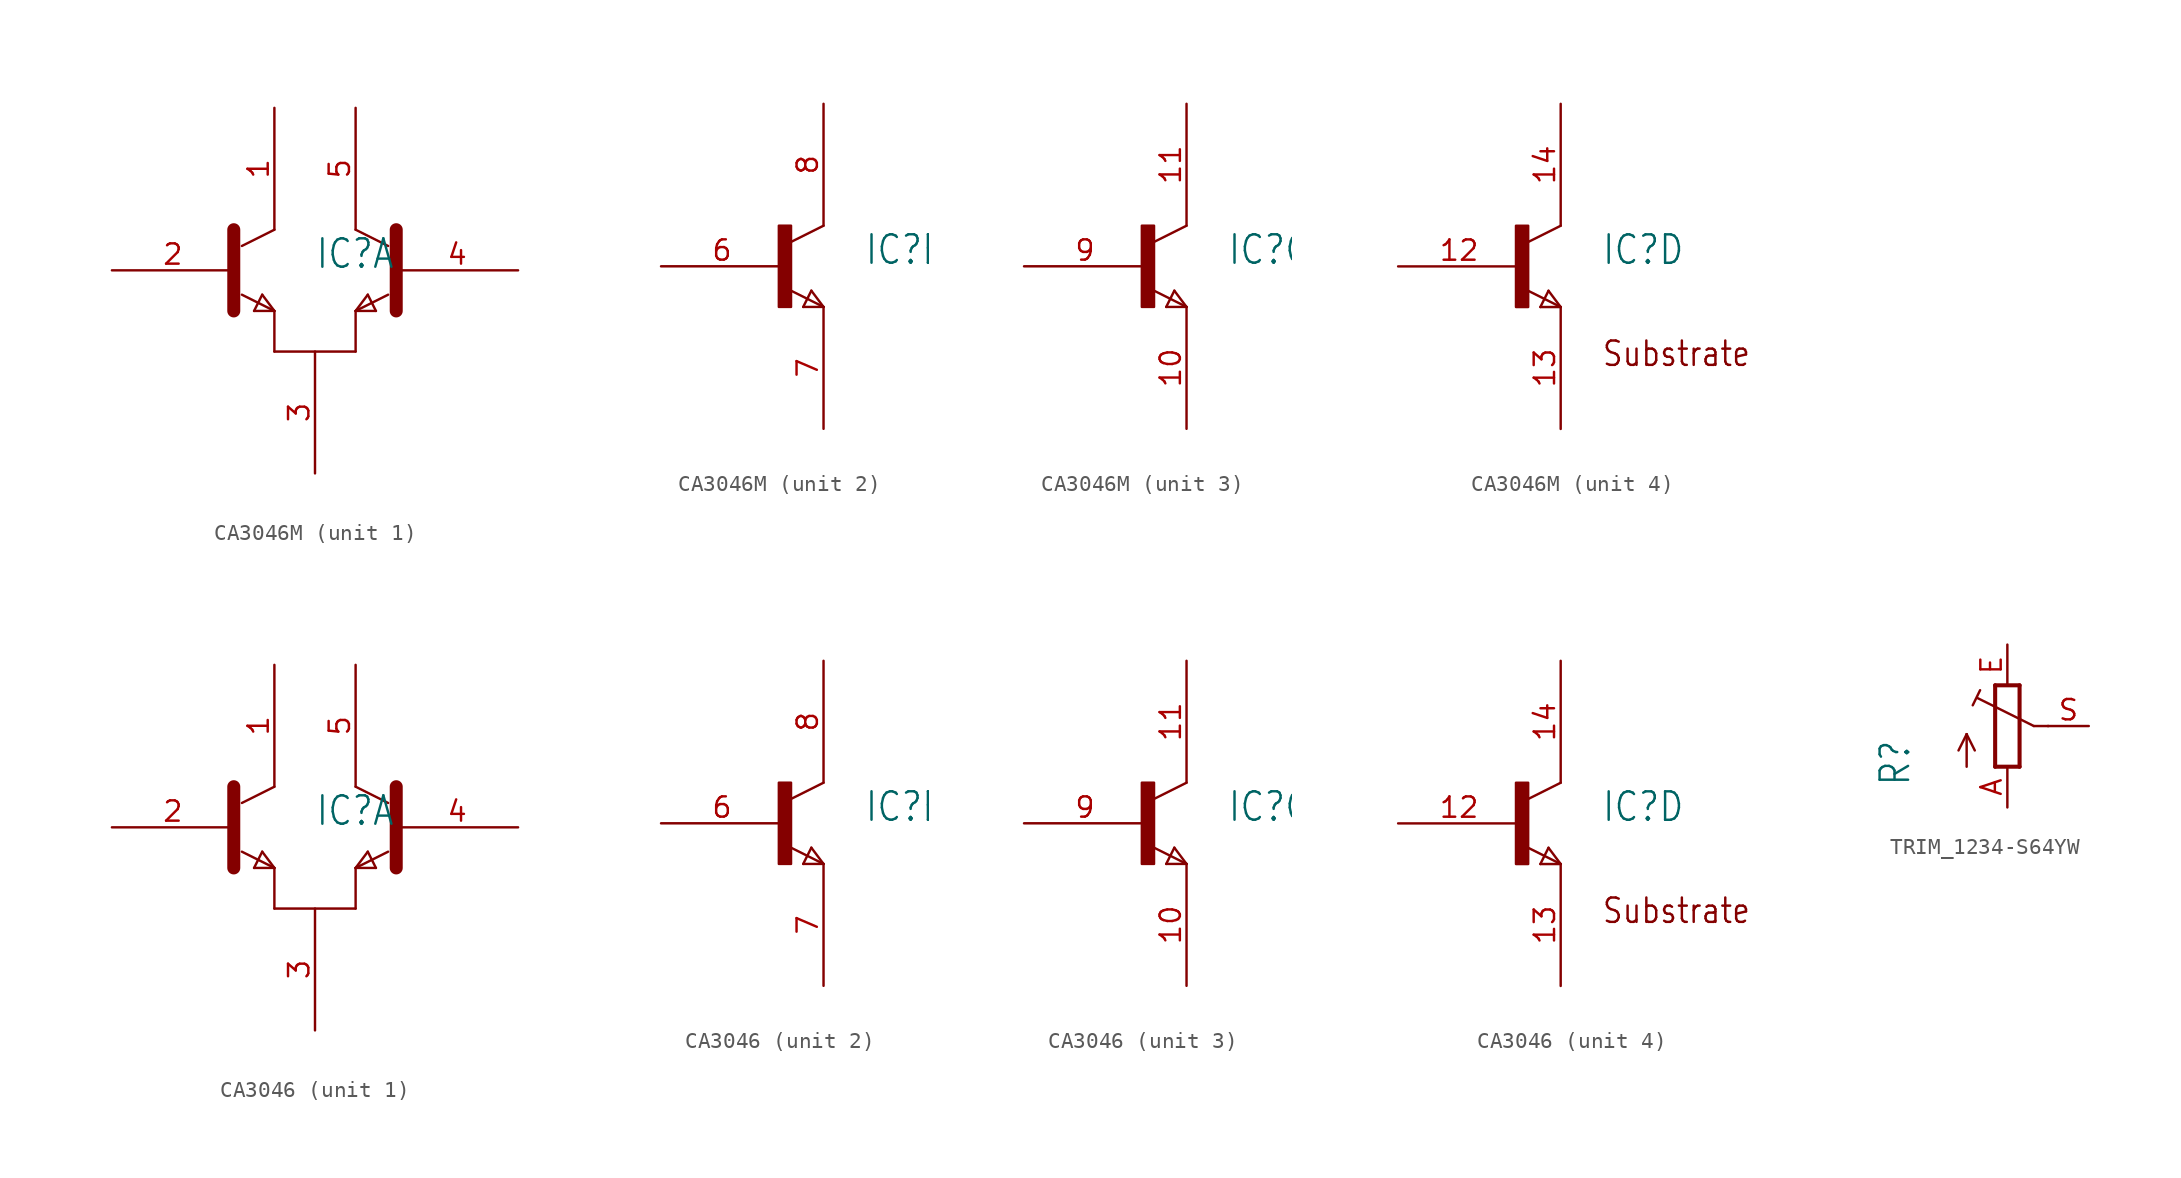
<source format=kicad_sym>
(kicad_symbol_lib
  (version 20231120)
  (generator "kicad_symbol_editor")
  (generator_version "8.0")
  (symbol "CA3046M"
    (property "Reference" "IC"
      (at 5.08 0 0)
      (effects (font (size 1.778 1.511)) (justify left bottom)))
    (property "ki_locked" ""
      (at 0 0 0)
      (effects (font (size 1.27 1.27))))
    (symbol "CA3046M_1_0"
      (polyline (pts (xy 0 2.54) (xy 0 -2.54)) (stroke (width 0.813) (type solid)) (fill (type none)))
      (polyline (pts (xy 1.27 -2.54) (xy 1.778 -1.524)) (stroke (width 0.152) (type solid)) (fill (type none)))
      (polyline (pts (xy 1.778 -1.524) (xy 2.54 -2.54)) (stroke (width 0.152) (type solid)) (fill (type none)))
      (polyline (pts (xy 2.54 -5.08) (xy 7.62 -5.08)) (stroke (width 0.152) (type solid)) (fill (type none)))
      (polyline (pts (xy 2.54 -2.54) (xy 0.508 -1.524)) (stroke (width 0.152) (type solid)) (fill (type none)))
      (polyline (pts (xy 2.54 -2.54) (xy 1.27 -2.54)) (stroke (width 0.152) (type solid)) (fill (type none)))
      (polyline (pts (xy 2.54 -2.54) (xy 2.54 -5.08)) (stroke (width 0.152) (type solid)) (fill (type none)))
      (polyline (pts (xy 2.54 2.54) (xy 0.508 1.524)) (stroke (width 0.152) (type solid)) (fill (type none)))
      (polyline (pts (xy 7.62 -5.08) (xy 7.62 -2.54)) (stroke (width 0.152) (type solid)) (fill (type none)))
      (polyline (pts (xy 7.62 -2.54) (xy 8.89 -2.54)) (stroke (width 0.152) (type solid)) (fill (type none)))
      (polyline (pts (xy 8.382 -1.524) (xy 7.62 -2.54)) (stroke (width 0.152) (type solid)) (fill (type none)))
      (polyline (pts (xy 8.89 -2.54) (xy 8.382 -1.524)) (stroke (width 0.152) (type solid)) (fill (type none)))
      (polyline (pts (xy 9.652 -1.524) (xy 7.62 -2.54)) (stroke (width 0.152) (type solid)) (fill (type none)))
      (polyline (pts (xy 9.652 1.524) (xy 7.62 2.54)) (stroke (width 0.152) (type solid)) (fill (type none)))
      (polyline (pts (xy 10.16 2.54) (xy 10.16 -2.54)) (stroke (width 0.813) (type solid)) (fill (type none)))
      (pin passive line (at 2.54 10.16 270) (length 7.62) (name "C1" (effects (font (size 0 0)))) (number "1" (effects (font (size 1.27 1.27)))))
      (pin passive line (at -7.62 0 0) (length 7.62) (name "B1" (effects (font (size 0 0)))) (number "2" (effects (font (size 1.27 1.27)))))
      (pin passive line (at 5.08 -12.7 90) (length 7.62) (name "E" (effects (font (size 0 0)))) (number "3" (effects (font (size 1.27 1.27)))))
      (pin passive line (at 17.78 0 180) (length 7.62) (name "B2" (effects (font (size 0 0)))) (number "4" (effects (font (size 1.27 1.27)))))
      (pin passive line (at 7.62 10.16 270) (length 7.62) (name "C2" (effects (font (size 0 0)))) (number "5" (effects (font (size 1.27 1.27))))))
    (symbol "CA3046M_2_0"
      (rectangle (start -0.254 -2.54) (end 0.508 2.54) (stroke (width 0) (type default)) (fill (type outline)))
      (polyline (pts (xy 0.508 -1.524) (xy 2.54 -2.54)) (stroke (width 0.152) (type solid)) (fill (type none)))
      (polyline (pts (xy 0.508 1.524) (xy 2.54 2.54)) (stroke (width 0.152) (type solid)) (fill (type none)))
      (polyline (pts (xy 1.27 -2.54) (xy 1.778 -1.524)) (stroke (width 0.152) (type solid)) (fill (type none)))
      (polyline (pts (xy 1.778 -1.524) (xy 2.54 -2.54)) (stroke (width 0.152) (type solid)) (fill (type none)))
      (polyline (pts (xy 2.54 -2.54) (xy 1.27 -2.54)) (stroke (width 0.152) (type solid)) (fill (type none)))
      (pin passive line (at -7.62 0 0) (length 7.62) (name "B" (effects (font (size 0 0)))) (number "6" (effects (font (size 1.27 1.27)))))
      (pin passive line (at 2.54 -10.16 90) (length 7.62) (name "E" (effects (font (size 0 0)))) (number "7" (effects (font (size 1.27 1.27)))))
      (pin passive line (at 2.54 10.16 270) (length 7.62) (name "C" (effects (font (size 0 0)))) (number "8" (effects (font (size 1.27 1.27))))))
    (symbol "CA3046M_3_0"
      (rectangle (start -0.254 -2.54) (end 0.508 2.54) (stroke (width 0) (type default)) (fill (type outline)))
      (polyline (pts (xy 0.508 -1.524) (xy 2.54 -2.54)) (stroke (width 0.152) (type solid)) (fill (type none)))
      (polyline (pts (xy 0.508 1.524) (xy 2.54 2.54)) (stroke (width 0.152) (type solid)) (fill (type none)))
      (polyline (pts (xy 1.27 -2.54) (xy 1.778 -1.524)) (stroke (width 0.152) (type solid)) (fill (type none)))
      (polyline (pts (xy 1.778 -1.524) (xy 2.54 -2.54)) (stroke (width 0.152) (type solid)) (fill (type none)))
      (polyline (pts (xy 2.54 -2.54) (xy 1.27 -2.54)) (stroke (width 0.152) (type solid)) (fill (type none)))
      (pin passive line (at 2.54 -10.16 90) (length 7.62) (name "E" (effects (font (size 0 0)))) (number "10" (effects (font (size 1.27 1.27)))))
      (pin passive line (at 2.54 10.16 270) (length 7.62) (name "C" (effects (font (size 0 0)))) (number "11" (effects (font (size 1.27 1.27)))))
      (pin passive line (at -7.62 0 0) (length 7.62) (name "B" (effects (font (size 0 0)))) (number "9" (effects (font (size 1.27 1.27))))))
    (symbol "CA3046M_4_0"
      (rectangle (start -0.254 -2.54) (end 0.508 2.54) (stroke (width 0) (type default)) (fill (type outline)))
      (polyline (pts (xy 0.508 -1.524) (xy 2.54 -2.54)) (stroke (width 0.152) (type solid)) (fill (type none)))
      (polyline (pts (xy 0.508 1.524) (xy 2.54 2.54)) (stroke (width 0.152) (type solid)) (fill (type none)))
      (polyline (pts (xy 1.27 -2.54) (xy 1.778 -1.524)) (stroke (width 0.152) (type solid)) (fill (type none)))
      (polyline (pts (xy 1.778 -1.524) (xy 2.54 -2.54)) (stroke (width 0.152) (type solid)) (fill (type none)))
      (polyline (pts (xy 2.54 -2.54) (xy 1.27 -2.54)) (stroke (width 0.152) (type solid)) (fill (type none)))
      (text "Substrate" (at 5.08 -6.35 0) (effects (font (size 1.524 1.295)) (justify left bottom)))
      (pin passive line (at -7.62 0 0) (length 7.62) (name "B" (effects (font (size 0 0)))) (number "12" (effects (font (size 1.27 1.27)))))
      (pin passive line (at 2.54 -10.16 90) (length 7.62) (name "E" (effects (font (size 0 0)))) (number "13" (effects (font (size 1.27 1.27)))))
      (pin passive line (at 2.54 10.16 270) (length 7.62) (name "C" (effects (font (size 0 0)))) (number "14" (effects (font (size 1.27 1.27)))))))
  (symbol "CA3046"
    (property "Reference" "IC"
      (at 5.08 0 0)
      (effects (font (size 1.778 1.511)) (justify left bottom)))
    (property "ki_locked" ""
      (at 0 0 0)
      (effects (font (size 1.27 1.27))))
    (symbol "CA3046_1_0"
      (polyline (pts (xy 0 2.54) (xy 0 -2.54)) (stroke (width 0.813) (type solid)) (fill (type none)))
      (polyline (pts (xy 1.27 -2.54) (xy 1.778 -1.524)) (stroke (width 0.152) (type solid)) (fill (type none)))
      (polyline (pts (xy 1.778 -1.524) (xy 2.54 -2.54)) (stroke (width 0.152) (type solid)) (fill (type none)))
      (polyline (pts (xy 2.54 -5.08) (xy 7.62 -5.08)) (stroke (width 0.152) (type solid)) (fill (type none)))
      (polyline (pts (xy 2.54 -2.54) (xy 0.508 -1.524)) (stroke (width 0.152) (type solid)) (fill (type none)))
      (polyline (pts (xy 2.54 -2.54) (xy 1.27 -2.54)) (stroke (width 0.152) (type solid)) (fill (type none)))
      (polyline (pts (xy 2.54 -2.54) (xy 2.54 -5.08)) (stroke (width 0.152) (type solid)) (fill (type none)))
      (polyline (pts (xy 2.54 2.54) (xy 0.508 1.524)) (stroke (width 0.152) (type solid)) (fill (type none)))
      (polyline (pts (xy 7.62 -5.08) (xy 7.62 -2.54)) (stroke (width 0.152) (type solid)) (fill (type none)))
      (polyline (pts (xy 7.62 -2.54) (xy 8.89 -2.54)) (stroke (width 0.152) (type solid)) (fill (type none)))
      (polyline (pts (xy 8.382 -1.524) (xy 7.62 -2.54)) (stroke (width 0.152) (type solid)) (fill (type none)))
      (polyline (pts (xy 8.89 -2.54) (xy 8.382 -1.524)) (stroke (width 0.152) (type solid)) (fill (type none)))
      (polyline (pts (xy 9.652 -1.524) (xy 7.62 -2.54)) (stroke (width 0.152) (type solid)) (fill (type none)))
      (polyline (pts (xy 9.652 1.524) (xy 7.62 2.54)) (stroke (width 0.152) (type solid)) (fill (type none)))
      (polyline (pts (xy 10.16 2.54) (xy 10.16 -2.54)) (stroke (width 0.813) (type solid)) (fill (type none)))
      (pin passive line (at 2.54 10.16 270) (length 7.62) (name "C1" (effects (font (size 0 0)))) (number "1" (effects (font (size 1.27 1.27)))))
      (pin passive line (at -7.62 0 0) (length 7.62) (name "B1" (effects (font (size 0 0)))) (number "2" (effects (font (size 1.27 1.27)))))
      (pin passive line (at 5.08 -12.7 90) (length 7.62) (name "E" (effects (font (size 0 0)))) (number "3" (effects (font (size 1.27 1.27)))))
      (pin passive line (at 17.78 0 180) (length 7.62) (name "B2" (effects (font (size 0 0)))) (number "4" (effects (font (size 1.27 1.27)))))
      (pin passive line (at 7.62 10.16 270) (length 7.62) (name "C2" (effects (font (size 0 0)))) (number "5" (effects (font (size 1.27 1.27))))))
    (symbol "CA3046_2_0"
      (rectangle (start -0.254 -2.54) (end 0.508 2.54) (stroke (width 0) (type default)) (fill (type outline)))
      (polyline (pts (xy 0.508 -1.524) (xy 2.54 -2.54)) (stroke (width 0.152) (type solid)) (fill (type none)))
      (polyline (pts (xy 0.508 1.524) (xy 2.54 2.54)) (stroke (width 0.152) (type solid)) (fill (type none)))
      (polyline (pts (xy 1.27 -2.54) (xy 1.778 -1.524)) (stroke (width 0.152) (type solid)) (fill (type none)))
      (polyline (pts (xy 1.778 -1.524) (xy 2.54 -2.54)) (stroke (width 0.152) (type solid)) (fill (type none)))
      (polyline (pts (xy 2.54 -2.54) (xy 1.27 -2.54)) (stroke (width 0.152) (type solid)) (fill (type none)))
      (pin passive line (at -7.62 0 0) (length 7.62) (name "B" (effects (font (size 0 0)))) (number "6" (effects (font (size 1.27 1.27)))))
      (pin passive line (at 2.54 -10.16 90) (length 7.62) (name "E" (effects (font (size 0 0)))) (number "7" (effects (font (size 1.27 1.27)))))
      (pin passive line (at 2.54 10.16 270) (length 7.62) (name "C" (effects (font (size 0 0)))) (number "8" (effects (font (size 1.27 1.27))))))
    (symbol "CA3046_3_0"
      (rectangle (start -0.254 -2.54) (end 0.508 2.54) (stroke (width 0) (type default)) (fill (type outline)))
      (polyline (pts (xy 0.508 -1.524) (xy 2.54 -2.54)) (stroke (width 0.152) (type solid)) (fill (type none)))
      (polyline (pts (xy 0.508 1.524) (xy 2.54 2.54)) (stroke (width 0.152) (type solid)) (fill (type none)))
      (polyline (pts (xy 1.27 -2.54) (xy 1.778 -1.524)) (stroke (width 0.152) (type solid)) (fill (type none)))
      (polyline (pts (xy 1.778 -1.524) (xy 2.54 -2.54)) (stroke (width 0.152) (type solid)) (fill (type none)))
      (polyline (pts (xy 2.54 -2.54) (xy 1.27 -2.54)) (stroke (width 0.152) (type solid)) (fill (type none)))
      (pin passive line (at 2.54 -10.16 90) (length 7.62) (name "E" (effects (font (size 0 0)))) (number "10" (effects (font (size 1.27 1.27)))))
      (pin passive line (at 2.54 10.16 270) (length 7.62) (name "C" (effects (font (size 0 0)))) (number "11" (effects (font (size 1.27 1.27)))))
      (pin passive line (at -7.62 0 0) (length 7.62) (name "B" (effects (font (size 0 0)))) (number "9" (effects (font (size 1.27 1.27))))))
    (symbol "CA3046_4_0"
      (rectangle (start -0.254 -2.54) (end 0.508 2.54) (stroke (width 0) (type default)) (fill (type outline)))
      (polyline (pts (xy 0.508 -1.524) (xy 2.54 -2.54)) (stroke (width 0.152) (type solid)) (fill (type none)))
      (polyline (pts (xy 0.508 1.524) (xy 2.54 2.54)) (stroke (width 0.152) (type solid)) (fill (type none)))
      (polyline (pts (xy 1.27 -2.54) (xy 1.778 -1.524)) (stroke (width 0.152) (type solid)) (fill (type none)))
      (polyline (pts (xy 1.778 -1.524) (xy 2.54 -2.54)) (stroke (width 0.152) (type solid)) (fill (type none)))
      (polyline (pts (xy 2.54 -2.54) (xy 1.27 -2.54)) (stroke (width 0.152) (type solid)) (fill (type none)))
      (text "Substrate" (at 5.08 -6.35 0) (effects (font (size 1.524 1.295)) (justify left bottom)))
      (pin passive line (at -7.62 0 0) (length 7.62) (name "B" (effects (font (size 0 0)))) (number "12" (effects (font (size 1.27 1.27)))))
      (pin passive line (at 2.54 -10.16 90) (length 7.62) (name "E" (effects (font (size 0 0)))) (number "13" (effects (font (size 1.27 1.27)))))
      (pin passive line (at 2.54 10.16 270) (length 7.62) (name "C" (effects (font (size 0 0)))) (number "14" (effects (font (size 1.27 1.27)))))))
  (symbol "TRIM_1234-S64YW"
    (property "Reference" "R"
      (at -5.969 -3.81 90)
      (effects (font (size 1.778 1.511)) (justify left bottom)))
    (property "Value" ""
      (at -3.81 -3.81 90)
      (effects (font (size 1.778 1.511)) (justify left bottom)))
    (property "ki_locked" ""
      (at 0 0 0)
      (effects (font (size 1.27 1.27))))
    (symbol "TRIM_1234-S64YW_1_0"
      (polyline (pts (xy -2.54 -2.54) (xy -2.54 -0.508)) (stroke (width 0.152) (type solid)) (fill (type none)))
      (polyline (pts (xy -2.54 -0.508) (xy -3.048 -1.524)) (stroke (width 0.152) (type solid)) (fill (type none)))
      (polyline (pts (xy -2.54 -0.508) (xy -2.032 -1.524)) (stroke (width 0.152) (type solid)) (fill (type none)))
      (polyline (pts (xy -2.16 1.294) (xy -1.702 2.235)) (stroke (width 0.152) (type solid)) (fill (type none)))
      (polyline (pts (xy -0.762 -2.54) (xy 0.762 -2.54)) (stroke (width 0.254) (type solid)) (fill (type none)))
      (polyline (pts (xy -0.762 2.54) (xy -0.762 -2.54)) (stroke (width 0.254) (type solid)) (fill (type none)))
      (polyline (pts (xy 0.762 -2.54) (xy 0.762 2.54)) (stroke (width 0.254) (type solid)) (fill (type none)))
      (polyline (pts (xy 0.762 2.54) (xy -0.762 2.54)) (stroke (width 0.254) (type solid)) (fill (type none)))
      (polyline (pts (xy 1.651 0) (xy -1.88 1.753)) (stroke (width 0.152) (type solid)) (fill (type none)))
      (polyline (pts (xy 2.54 0) (xy 1.651 0)) (stroke (width 0.152) (type solid)) (fill (type none)))
      (pin passive line (at 0 -5.08 90) (length 2.54) (name "A" (effects (font (size 0 0)))) (number "A" (effects (font (size 1.27 1.27)))))
      (pin passive line (at 0 5.08 270) (length 2.54) (name "E" (effects (font (size 0 0)))) (number "E" (effects (font (size 1.27 1.27)))))
      (pin passive line (at 5.08 0 180) (length 2.54) (name "S" (effects (font (size 0 0)))) (number "S" (effects (font (size 1.27 1.27)))))
      (pin passive line (at 2.54 0 180) (length 0) (name "S@1" (effects (font (size 0 0)))) (number "S@1" (effects (font (size 0 0))))))))
</source>
